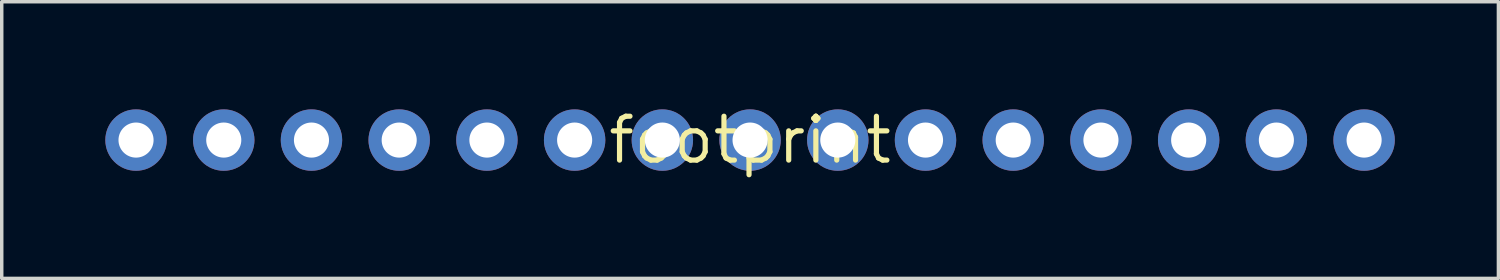
<source format=kicad_pcb>
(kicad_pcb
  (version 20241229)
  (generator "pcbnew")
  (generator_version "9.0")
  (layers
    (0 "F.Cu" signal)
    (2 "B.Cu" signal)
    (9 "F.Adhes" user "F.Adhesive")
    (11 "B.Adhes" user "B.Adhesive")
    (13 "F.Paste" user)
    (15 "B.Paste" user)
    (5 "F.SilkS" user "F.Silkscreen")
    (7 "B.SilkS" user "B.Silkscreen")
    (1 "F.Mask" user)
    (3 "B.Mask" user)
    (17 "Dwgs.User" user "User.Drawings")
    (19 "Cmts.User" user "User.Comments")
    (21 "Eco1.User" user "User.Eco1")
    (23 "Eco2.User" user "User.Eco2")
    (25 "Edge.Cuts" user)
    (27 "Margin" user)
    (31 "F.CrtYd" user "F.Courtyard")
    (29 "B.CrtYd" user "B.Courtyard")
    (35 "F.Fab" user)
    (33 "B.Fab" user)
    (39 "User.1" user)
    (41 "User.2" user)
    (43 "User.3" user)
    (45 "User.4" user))
  (footprint "footprint"
    (layer "F.Cu")
    (at 18.669 1.006)
    (property "Reference" "footprint" (at 0 0 0) (layer "F.SilkS") (effects (font (size 1.27 1.27) (thickness 0.15))))
    (pad "1" thru_hole circle (at -17.78 0 90) (size 1.778 1.778) (drill 1.016) (layers "*.Cu" "*.Mask"))
    (pad "2" thru_hole circle (at -15.24 0 90) (size 1.778 1.778) (drill 1.016) (layers "*.Cu" "*.Mask"))
    (pad "3" thru_hole circle (at -12.7 0 90) (size 1.778 1.778) (drill 1.016) (layers "*.Cu" "*.Mask"))
    (pad "4" thru_hole circle (at -10.16 0 90) (size 1.778 1.778) (drill 1.016) (layers "*.Cu" "*.Mask"))
    (pad "5" thru_hole circle (at -7.62 0 90) (size 1.778 1.778) (drill 1.016) (layers "*.Cu" "*.Mask"))
    (pad "6" thru_hole circle (at -5.08 0 90) (size 1.778 1.778) (drill 1.016) (layers "*.Cu" "*.Mask"))
    (pad "7" thru_hole circle (at -2.54 0 90) (size 1.778 1.778) (drill 1.016) (layers "*.Cu" "*.Mask"))
    (pad "8" thru_hole circle (at 0 0 90) (size 1.778 1.778) (drill 1.016) (layers "*.Cu" "*.Mask"))
    (pad "9" thru_hole circle (at 2.54 0 90) (size 1.778 1.778) (drill 1.016) (layers "*.Cu" "*.Mask"))
    (pad "10" thru_hole circle (at 5.08 0 90) (size 1.778 1.778) (drill 1.016) (layers "*.Cu" "*.Mask"))
    (pad "11" thru_hole circle (at 7.62 0 90) (size 1.778 1.778) (drill 1.016) (layers "*.Cu" "*.Mask"))
    (pad "12" thru_hole circle (at 10.16 0 90) (size 1.778 1.778) (drill 1.016) (layers "*.Cu" "*.Mask"))
    (pad "13" thru_hole circle (at 12.7 0 90) (size 1.778 1.778) (drill 1.016) (layers "*.Cu" "*.Mask"))
    (pad "14" thru_hole circle (at 15.24 0 90) (size 1.778 1.778) (drill 1.016) (layers "*.Cu" "*.Mask"))
    (pad "15" thru_hole circle (at 17.78 0 90) (size 1.778 1.778) (drill 1.016) (layers "*.Cu" "*.Mask")))
  (gr_rect
    (start -3 -3)
    (end 40.338 5.012)
    (stroke (width 0.1) (type default))
    (fill no)
    (layer "Edge.Cuts")))
</source>
